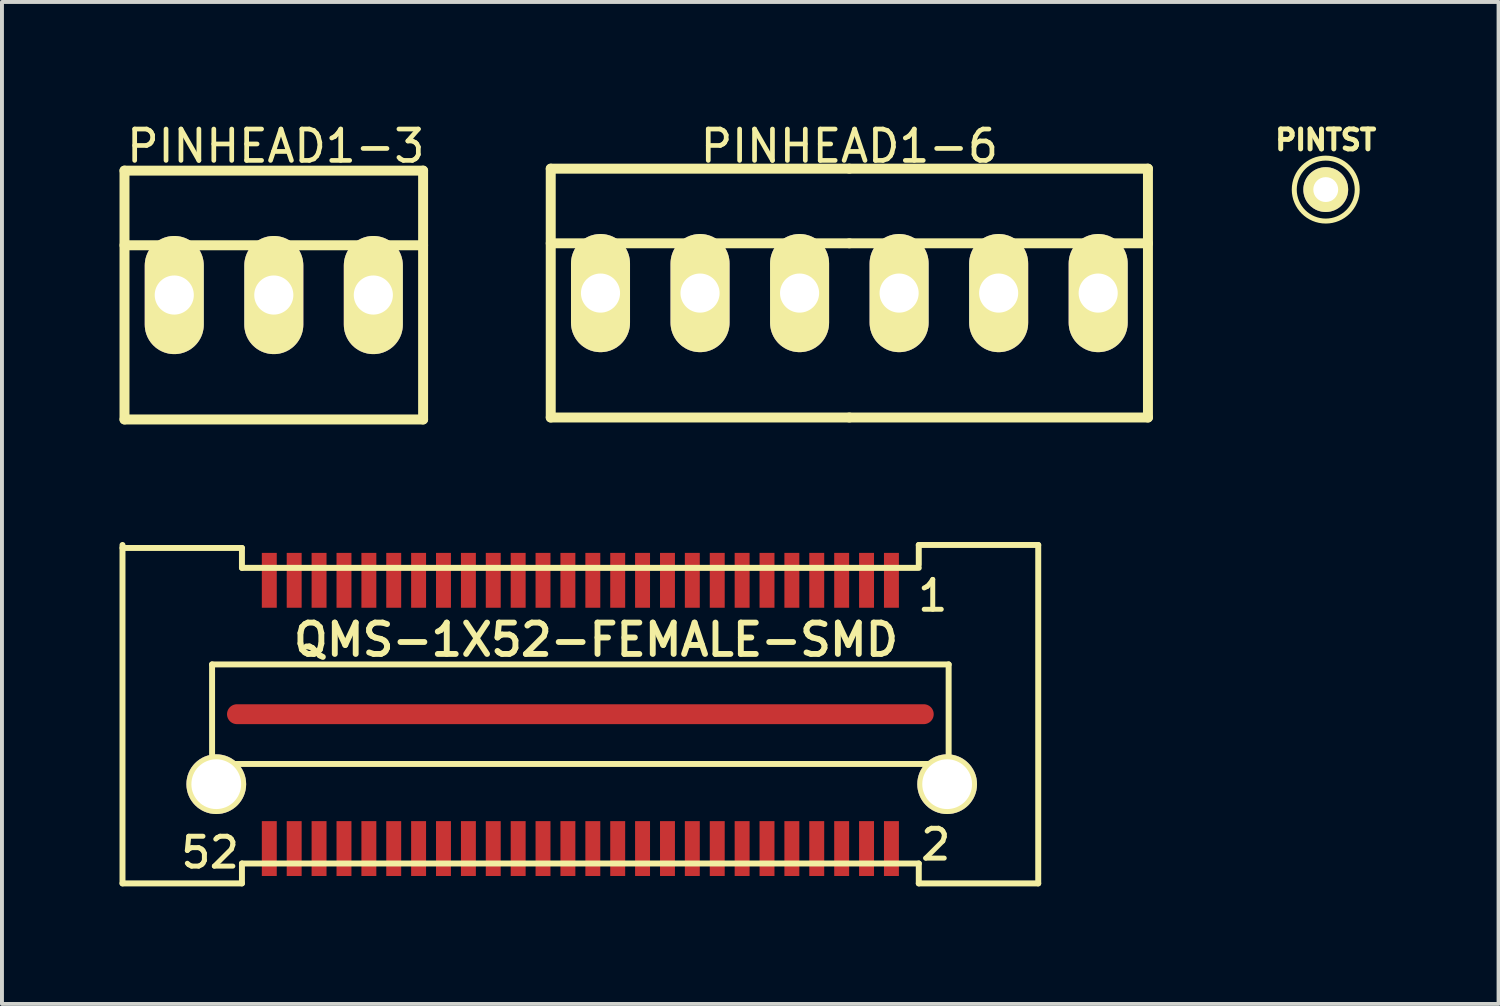
<source format=kicad_pcb>
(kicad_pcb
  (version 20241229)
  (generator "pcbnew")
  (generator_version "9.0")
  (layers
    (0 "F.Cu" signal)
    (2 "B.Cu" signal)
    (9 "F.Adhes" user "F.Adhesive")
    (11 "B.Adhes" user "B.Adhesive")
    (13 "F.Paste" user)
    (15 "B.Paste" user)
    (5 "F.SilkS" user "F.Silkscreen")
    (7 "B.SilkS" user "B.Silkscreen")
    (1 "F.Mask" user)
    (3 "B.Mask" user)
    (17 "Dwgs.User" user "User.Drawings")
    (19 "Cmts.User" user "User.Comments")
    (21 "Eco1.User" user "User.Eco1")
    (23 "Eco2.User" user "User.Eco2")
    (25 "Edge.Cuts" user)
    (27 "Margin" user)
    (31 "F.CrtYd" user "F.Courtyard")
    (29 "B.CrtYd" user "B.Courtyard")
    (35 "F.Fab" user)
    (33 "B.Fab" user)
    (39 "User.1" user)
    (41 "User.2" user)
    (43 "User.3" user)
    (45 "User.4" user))
  (footprint "PINHEAD1-3"
    (layer "F.Cu")
    (at 3.937 4.479)
    (property "Reference" "PINHEAD1-3" (at 0.05 -3.8 0) (layer "F.SilkS") (effects (font (size 0.8 0.8) (thickness 0.12))))
    (attr exclude_from_pos_files exclude_from_bom)
    (fp_line (start -3.81 -3.175) (end -3.81 3.175) (stroke (width 0.254) (type solid)) (layer "F.SilkS"))
    (fp_line (start -3.81 -3.175) (end 3.81 -3.175) (stroke (width 0.254) (type solid)) (layer "F.SilkS"))
    (fp_line (start 3.81 -3.175) (end 3.81 3.175) (stroke (width 0.254) (type solid)) (layer "F.SilkS"))
    (fp_line (start 3.81 -1.27) (end -3.81 -1.27) (stroke (width 0.254) (type solid)) (layer "F.SilkS"))
    (fp_line (start 3.81 3.175) (end -3.81 3.175) (stroke (width 0.254) (type solid)) (layer "F.SilkS"))
    (pad "1" thru_hole oval (at -2.54 0) (size 1.506 3.015) (drill 0.998) (layers "*.Cu" "*.Mask" "F.SilkS"))
    (pad "2" thru_hole oval (at 0 0) (size 1.506 3.015) (drill 0.998) (layers "*.Cu" "*.Mask" "F.SilkS"))
    (pad "3" thru_hole oval (at 2.54 0) (size 1.506 3.015) (drill 0.998) (layers "*.Cu" "*.Mask" "F.SilkS")))
  (footprint "QMS-1X52-FEMALE-SMD"
    (layer "F.Cu")
    (at 11.76 15.175)
    (property "Reference" "QMS-1X52-FEMALE-SMD" (at 0.4 -1.9 0) (layer "F.SilkS") (effects (font (size 0.8 0.8) (thickness 0.15))))
    (attr smd)
    (fp_line (start -11.684 -4.318) (end -11.684 4.318) (stroke (width 0.152) (type solid)) (layer "F.SilkS"))
    (fp_line (start -9.398 -1.27) (end -9.398 1.27) (stroke (width 0.152) (type solid)) (layer "F.SilkS"))
    (fp_line (start -9.398 1.27) (end 9.398 1.27) (stroke (width 0.152) (type solid)) (layer "F.SilkS"))
    (fp_line (start -8.636 -4.242) (end -11.684 -4.242) (stroke (width 0.152) (type solid)) (layer "F.SilkS"))
    (fp_line (start -8.636 -3.734) (end -8.636 -4.242) (stroke (width 0.152) (type solid)) (layer "F.SilkS"))
    (fp_line (start -8.636 3.81) (end 8.636 3.81) (stroke (width 0.152) (type solid)) (layer "F.SilkS"))
    (fp_line (start -8.636 4.318) (end -11.684 4.318) (stroke (width 0.152) (type solid)) (layer "F.SilkS"))
    (fp_line (start -8.636 4.318) (end -8.636 3.81) (stroke (width 0.152) (type solid)) (layer "F.SilkS"))
    (fp_line (start 8.636 -4.318) (end 8.636 -3.81) (stroke (width 0.152) (type solid)) (layer "F.SilkS"))
    (fp_line (start 8.636 -3.734) (end -8.636 -3.734) (stroke (width 0.152) (type solid)) (layer "F.SilkS"))
    (fp_line (start 8.636 3.81) (end 8.636 4.318) (stroke (width 0.152) (type solid)) (layer "F.SilkS"))
    (fp_line (start 8.636 4.318) (end 11.684 4.318) (stroke (width 0.152) (type solid)) (layer "F.SilkS"))
    (fp_line (start 9.398 -1.27) (end -9.398 -1.27) (stroke (width 0.152) (type solid)) (layer "F.SilkS"))
    (fp_line (start 9.398 1.27) (end 9.398 -1.27) (stroke (width 0.152) (type solid)) (layer "F.SilkS"))
    (fp_line (start 11.684 -4.318) (end 8.636 -4.318) (stroke (width 0.152) (type solid)) (layer "F.SilkS"))
    (fp_line (start 11.684 4.318) (end 11.684 -4.318) (stroke (width 0.152) (type solid)) (layer "F.SilkS"))
    (fp_text user "52" (at -9.449 3.531 0) (layer "F.SilkS") (effects (font (size 0.762 0.762) (thickness 0.127))))
    (fp_text user "1" (at 8.992 -3.023 0) (layer "F.SilkS") (effects (font (size 0.762 0.762) (thickness 0.127))))
    (fp_text user "2" (at 9.068 3.327 0) (layer "F.SilkS") (effects (font (size 0.762 0.762) (thickness 0.127))))
    (pad "" thru_hole circle (at -9.291 1.786) (size 1.524 1.524) (drill 1.27) (layers "*.Cu" "*.Mask" "F.SilkS"))
    (pad "" thru_hole circle (at 9.36 1.786) (size 1.524 1.524) (drill 1.27) (layers "*.Cu" "*.Mask" "F.SilkS"))
    (pad "1" smd rect (at 7.938 -3.416) (size 0.381 1.4) (layers "F.Cu" "F.Mask" "F.Paste"))
    (pad "2" smd rect (at 7.938 3.429) (size 0.381 1.4) (layers "F.Cu" "F.Mask" "F.Paste"))
    (pad "3" smd rect (at 7.303 -3.416) (size 0.381 1.4) (layers "F.Cu" "F.Mask" "F.Paste"))
    (pad "4" smd rect (at 7.303 3.429) (size 0.381 1.4) (layers "F.Cu" "F.Mask" "F.Paste"))
    (pad "5" smd rect (at 6.668 -3.416) (size 0.381 1.4) (layers "F.Cu" "F.Mask" "F.Paste"))
    (pad "6" smd rect (at 6.668 3.429) (size 0.381 1.4) (layers "F.Cu" "F.Mask" "F.Paste"))
    (pad "7" smd rect (at 6.032 -3.416) (size 0.381 1.4) (layers "F.Cu" "F.Mask" "F.Paste"))
    (pad "8" smd rect (at 6.032 3.429) (size 0.381 1.4) (layers "F.Cu" "F.Mask" "F.Paste"))
    (pad "9" smd rect (at 5.397 -3.416) (size 0.381 1.4) (layers "F.Cu" "F.Mask" "F.Paste"))
    (pad "10" smd rect (at 5.397 3.429) (size 0.381 1.4) (layers "F.Cu" "F.Mask" "F.Paste"))
    (pad "11" smd rect (at 4.763 -3.416) (size 0.381 1.4) (layers "F.Cu" "F.Mask" "F.Paste"))
    (pad "12" smd rect (at 4.763 3.429) (size 0.381 1.4) (layers "F.Cu" "F.Mask" "F.Paste"))
    (pad "13" smd rect (at 4.128 -3.416) (size 0.381 1.4) (layers "F.Cu" "F.Mask" "F.Paste"))
    (pad "14" smd rect (at 4.128 3.429) (size 0.381 1.4) (layers "F.Cu" "F.Mask" "F.Paste"))
    (pad "15" smd rect (at 3.493 -3.416) (size 0.381 1.4) (layers "F.Cu" "F.Mask" "F.Paste"))
    (pad "16" smd rect (at 3.493 3.429) (size 0.381 1.4) (layers "F.Cu" "F.Mask" "F.Paste"))
    (pad "17" smd rect (at 2.857 -3.416) (size 0.381 1.4) (layers "F.Cu" "F.Mask" "F.Paste"))
    (pad "18" smd rect (at 2.857 3.429) (size 0.381 1.4) (layers "F.Cu" "F.Mask" "F.Paste"))
    (pad "19" smd rect (at 2.223 -3.416) (size 0.381 1.4) (layers "F.Cu" "F.Mask" "F.Paste"))
    (pad "20" smd rect (at 2.223 3.429) (size 0.381 1.4) (layers "F.Cu" "F.Mask" "F.Paste"))
    (pad "21" smd rect (at 1.587 -3.416) (size 0.381 1.4) (layers "F.Cu" "F.Mask" "F.Paste"))
    (pad "22" smd rect (at 1.587 3.429) (size 0.381 1.4) (layers "F.Cu" "F.Mask" "F.Paste"))
    (pad "23" smd rect (at 0.953 -3.416) (size 0.381 1.4) (layers "F.Cu" "F.Mask" "F.Paste"))
    (pad "24" smd rect (at 0.953 3.429) (size 0.381 1.4) (layers "F.Cu" "F.Mask" "F.Paste"))
    (pad "25" smd rect (at 0.318 -3.416) (size 0.381 1.4) (layers "F.Cu" "F.Mask" "F.Paste"))
    (pad "26" smd rect (at 0.318 3.429) (size 0.381 1.4) (layers "F.Cu" "F.Mask" "F.Paste"))
    (pad "27" smd rect (at -0.318 -3.416) (size 0.381 1.4) (layers "F.Cu" "F.Mask" "F.Paste"))
    (pad "28" smd rect (at -0.318 3.429) (size 0.381 1.4) (layers "F.Cu" "F.Mask" "F.Paste"))
    (pad "29" smd rect (at -0.953 -3.416) (size 0.381 1.4) (layers "F.Cu" "F.Mask" "F.Paste"))
    (pad "30" smd rect (at -0.953 3.429) (size 0.381 1.4) (layers "F.Cu" "F.Mask" "F.Paste"))
    (pad "31" smd rect (at -1.587 -3.416) (size 0.381 1.4) (layers "F.Cu" "F.Mask" "F.Paste"))
    (pad "32" smd rect (at -1.587 3.429) (size 0.381 1.4) (layers "F.Cu" "F.Mask" "F.Paste"))
    (pad "33" smd rect (at -2.223 -3.416) (size 0.381 1.4) (layers "F.Cu" "F.Mask" "F.Paste"))
    (pad "34" smd rect (at -2.223 3.429) (size 0.381 1.4) (layers "F.Cu" "F.Mask" "F.Paste"))
    (pad "35" smd rect (at -2.857 -3.416) (size 0.381 1.4) (layers "F.Cu" "F.Mask" "F.Paste"))
    (pad "36" smd rect (at -2.857 3.429) (size 0.381 1.4) (layers "F.Cu" "F.Mask" "F.Paste"))
    (pad "37" smd rect (at -3.493 -3.416) (size 0.381 1.4) (layers "F.Cu" "F.Mask" "F.Paste"))
    (pad "38" smd rect (at -3.493 3.429) (size 0.381 1.4) (layers "F.Cu" "F.Mask" "F.Paste"))
    (pad "39" smd rect (at -4.128 -3.416) (size 0.381 1.4) (layers "F.Cu" "F.Mask" "F.Paste"))
    (pad "40" smd rect (at -4.128 3.429) (size 0.381 1.4) (layers "F.Cu" "F.Mask" "F.Paste"))
    (pad "41" smd rect (at -4.763 -3.416) (size 0.381 1.4) (layers "F.Cu" "F.Mask" "F.Paste"))
    (pad "42" smd rect (at -4.763 3.429) (size 0.381 1.4) (layers "F.Cu" "F.Mask" "F.Paste"))
    (pad "43" smd rect (at -5.397 -3.416) (size 0.381 1.4) (layers "F.Cu" "F.Mask" "F.Paste"))
    (pad "44" smd rect (at -5.397 3.429) (size 0.381 1.4) (layers "F.Cu" "F.Mask" "F.Paste"))
    (pad "45" smd rect (at -6.032 -3.416) (size 0.381 1.4) (layers "F.Cu" "F.Mask" "F.Paste"))
    (pad "46" smd rect (at -6.032 3.429) (size 0.381 1.4) (layers "F.Cu" "F.Mask" "F.Paste"))
    (pad "47" smd rect (at -6.668 -3.416) (size 0.381 1.4) (layers "F.Cu" "F.Mask" "F.Paste"))
    (pad "48" smd rect (at -6.668 3.429) (size 0.381 1.4) (layers "F.Cu" "F.Mask" "F.Paste"))
    (pad "49" smd rect (at -7.303 -3.416) (size 0.381 1.4) (layers "F.Cu" "F.Mask" "F.Paste"))
    (pad "50" smd rect (at -7.303 3.429) (size 0.381 1.4) (layers "F.Cu" "F.Mask" "F.Paste"))
    (pad "51" smd rect (at -7.938 -3.416) (size 0.381 1.4) (layers "F.Cu" "F.Mask" "F.Paste"))
    (pad "52" smd rect (at -7.938 3.429) (size 0.381 1.4) (layers "F.Cu" "F.Mask" "F.Paste"))
    (pad "53" smd oval (at 0 0) (size 18.034 0.508) (layers "F.Cu" "F.Mask" "F.Paste")))
  (footprint "PINTST"
    (layer "F.Cu")
    (at 30.781 1.788)
    (property "Reference" "PINTST" (at 0 -1.267 0) (layer "F.SilkS") (effects (font (size 0.508 0.508) (thickness 0.127))))
    (attr through_hole)
    (fp_circle (center 0 0) (end -0.254 -0.762) (stroke (width 0.127) (type solid)) (fill no) (layer "F.SilkS"))
    (pad "1" thru_hole circle (at 0 0) (size 1.143 1.143) (drill 0.635) (layers "*.Cu" "*.Mask" "F.SilkS")))
  (footprint "PINHEAD1-6"
    (layer "F.Cu")
    (at 18.624 4.429)
    (property "Reference" "PINHEAD1-6" (at 0 -3.75 0) (layer "F.SilkS") (effects (font (size 0.8 0.8) (thickness 0.12))))
    (attr exclude_from_pos_files exclude_from_bom)
    (fp_line (start -7.62 -3.175) (end -7.62 3.175) (stroke (width 0.254) (type solid)) (layer "F.SilkS"))
    (fp_line (start -7.62 -3.175) (end 0 -3.175) (stroke (width 0.254) (type solid)) (layer "F.SilkS"))
    (fp_line (start 0 -3.175) (end 7.62 -3.175) (stroke (width 0.254) (type solid)) (layer "F.SilkS"))
    (fp_line (start 0 -1.27) (end -7.62 -1.27) (stroke (width 0.254) (type solid)) (layer "F.SilkS"))
    (fp_line (start 0 -1.27) (end 7.62 -1.27) (stroke (width 0.254) (type solid)) (layer "F.SilkS"))
    (fp_line (start 0 3.175) (end -7.62 3.175) (stroke (width 0.254) (type solid)) (layer "F.SilkS"))
    (fp_line (start 0 3.175) (end 7.62 3.175) (stroke (width 0.254) (type solid)) (layer "F.SilkS"))
    (fp_line (start 7.62 -3.175) (end 7.62 3.175) (stroke (width 0.254) (type solid)) (layer "F.SilkS"))
    (pad "1" thru_hole oval (at -6.35 0) (size 1.506 3.015) (drill 0.998) (layers "*.Cu" "*.Mask" "F.SilkS"))
    (pad "2" thru_hole oval (at -3.81 0) (size 1.506 3.015) (drill 0.998) (layers "*.Cu" "*.Mask" "F.SilkS"))
    (pad "3" thru_hole oval (at -1.27 0) (size 1.506 3.015) (drill 0.998) (layers "*.Cu" "*.Mask" "F.SilkS"))
    (pad "4" thru_hole oval (at 1.27 0) (size 1.506 3.015) (drill 0.998) (layers "*.Cu" "*.Mask" "F.SilkS"))
    (pad "5" thru_hole oval (at 3.81 0) (size 1.506 3.015) (drill 0.998) (layers "*.Cu" "*.Mask" "F.SilkS"))
    (pad "6" thru_hole oval (at 6.35 0) (size 1.506 3.015) (drill 0.998) (layers "*.Cu" "*.Mask" "F.SilkS")))
  (gr_rect
    (start -3 -3)
    (end 35.191 22.569)
    (stroke (width 0.1) (type default))
    (fill no)
    (layer "Edge.Cuts")))
</source>
